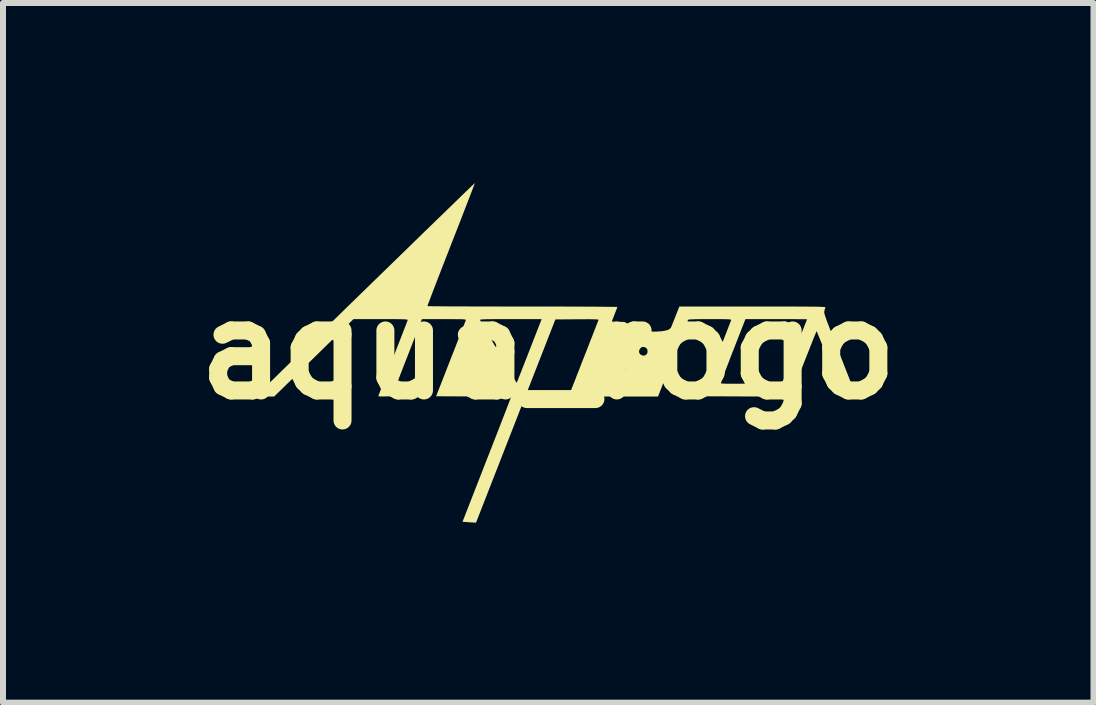
<source format=kicad_pcb>
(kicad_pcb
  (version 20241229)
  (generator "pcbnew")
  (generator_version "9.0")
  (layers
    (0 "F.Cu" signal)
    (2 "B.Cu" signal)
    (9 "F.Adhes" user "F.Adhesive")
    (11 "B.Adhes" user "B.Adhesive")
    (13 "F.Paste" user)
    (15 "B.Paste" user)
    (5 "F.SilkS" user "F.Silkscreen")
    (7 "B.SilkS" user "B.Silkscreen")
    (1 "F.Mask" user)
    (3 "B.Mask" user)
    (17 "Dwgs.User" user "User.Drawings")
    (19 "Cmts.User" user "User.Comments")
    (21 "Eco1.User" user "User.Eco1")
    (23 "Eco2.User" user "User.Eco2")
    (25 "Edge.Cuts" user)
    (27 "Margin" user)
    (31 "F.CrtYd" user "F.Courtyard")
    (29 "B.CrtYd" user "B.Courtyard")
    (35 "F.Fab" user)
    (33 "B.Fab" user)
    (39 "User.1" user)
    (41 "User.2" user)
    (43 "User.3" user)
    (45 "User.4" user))
  (footprint "aqua_rogo"
    (layer "F.Cu")
    (at 6.086 2.778)
    (property "Reference" "aqua_rogo" (at 0 0 0) (layer "F.SilkS") (effects (font (size 1.5 1.5) (thickness 0.3))))
    (attr board_only exclude_from_pos_files exclude_from_bom)
    (fp_poly (pts (xy -1.227 -2.768) (xy -1.237 -2.741) (xy -1.253 -2.698) (xy -1.275 -2.64) (xy -1.303 -2.567) (xy -1.336 -2.483) (xy -1.373 -2.386) (xy -1.414 -2.28) (xy -1.459 -2.164) (xy -1.507 -2.041) (xy -1.558 -1.911) (xy -1.611 -1.776) (xy -1.619 -1.755) (xy -1.672 -1.618) (xy -1.723 -1.487) (xy -1.772 -1.363) (xy -1.817 -1.246) (xy -1.859 -1.137) (xy -1.897 -1.039) (xy -1.93 -0.952) (xy -1.958 -0.878) (xy -1.981 -0.817) (xy -1.999 -0.771) (xy -2.009 -0.741) (xy -2.014 -0.728) (xy -2.014 -0.728) (xy -2.003 -0.727) (xy -1.974 -0.726) (xy -1.927 -0.725) (xy -1.863 -0.725) (xy -1.783 -0.724) (xy -1.689 -0.723) (xy -1.581 -0.723) (xy -1.461 -0.722) (xy -1.329 -0.722) (xy -1.187 -0.721) (xy -1.035 -0.721) (xy -0.876 -0.721) (xy -0.709 -0.72) (xy -0.536 -0.72) (xy -0.43 -0.72) (xy -0.253 -0.72) (xy -0.083 -0.72) (xy 0.081 -0.72) (xy 0.238 -0.72) (xy 0.385 -0.719) (xy 0.523 -0.719) (xy 0.65 -0.718) (xy 0.766 -0.718) (xy 0.868 -0.717) (xy 0.956 -0.716) (xy 1.029 -0.715) (xy 1.086 -0.715) (xy 1.126 -0.714) (xy 1.147 -0.713) (xy 1.15 -0.712) (xy 1.147 -0.7) (xy 1.137 -0.674) (xy 1.123 -0.637) (xy 1.106 -0.593) (xy 1.105 -0.592) (xy 1.088 -0.548) (xy 1.074 -0.511) (xy 1.064 -0.485) (xy 1.06 -0.473) (xy 1.06 -0.473) (xy 1.07 -0.47) (xy 1.095 -0.467) (xy 1.132 -0.465) (xy 1.163 -0.465) (xy 1.265 -0.464) (xy 1.391 -0.403) (xy 1.479 -0.362) (xy 1.557 -0.333) (xy 1.63 -0.314) (xy 1.703 -0.304) (xy 1.783 -0.302) (xy 1.811 -0.303) (xy 1.89 -0.309) (xy 1.951 -0.319) (xy 1.981 -0.327) (xy 2.036 -0.347) (xy 2.11 -0.533) (xy 2.184 -0.72) (xy 3.404 -0.72) (xy 3.586 -0.72) (xy 3.749 -0.72) (xy 3.893 -0.72) (xy 4.021 -0.72) (xy 4.133 -0.72) (xy 4.231 -0.719) (xy 4.314 -0.719) (xy 4.385 -0.718) (xy 4.444 -0.718) (xy 4.492 -0.717) (xy 4.531 -0.716) (xy 4.561 -0.715) (xy 4.583 -0.713) (xy 4.599 -0.712) (xy 4.609 -0.71) (xy 4.615 -0.708) (xy 4.617 -0.706) (xy 4.617 -0.703) (xy 4.617 -0.703) (xy 4.61 -0.682) (xy 4.602 -0.652) (xy 4.6 -0.645) (xy 4.599 -0.637) (xy 4.598 -0.628) (xy 4.599 -0.616) (xy 4.602 -0.601) (xy 4.607 -0.581) (xy 4.616 -0.554) (xy 4.628 -0.52) (xy 4.643 -0.476) (xy 4.664 -0.423) (xy 4.689 -0.357) (xy 4.719 -0.279) (xy 4.755 -0.186) (xy 4.797 -0.077) (xy 4.847 0.048) (xy 4.857 0.075) (xy 4.901 0.186) (xy 4.942 0.292) (xy 4.981 0.391) (xy 5.017 0.482) (xy 5.048 0.563) (xy 5.076 0.632) (xy 5.098 0.689) (xy 5.115 0.732) (xy 5.125 0.759) (xy 5.129 0.768) (xy 5.127 0.774) (xy 5.115 0.777) (xy 5.089 0.779) (xy 5.047 0.779) (xy 5.017 0.778) (xy 4.9 0.775) (xy 4.688 0.233) (xy 4.65 0.134) (xy 4.613 0.041) (xy 4.58 -0.044) (xy 4.549 -0.121) (xy 4.523 -0.187) (xy 4.501 -0.24) (xy 4.485 -0.279) (xy 4.475 -0.303) (xy 4.471 -0.31) (xy 4.467 -0.301) (xy 4.456 -0.275) (xy 4.439 -0.234) (xy 4.416 -0.178) (xy 4.39 -0.111) (xy 4.359 -0.034) (xy 4.325 0.053) (xy 4.288 0.146) (xy 4.257 0.224) (xy 4.219 0.322) (xy 4.183 0.415) (xy 4.149 0.501) (xy 4.119 0.578) (xy 4.093 0.644) (xy 4.071 0.698) (xy 4.055 0.738) (xy 4.045 0.762) (xy 4.042 0.769) (xy 4.034 0.772) (xy 4.013 0.774) (xy 3.977 0.775) (xy 3.927 0.776) (xy 3.861 0.777) (xy 3.779 0.778) (xy 3.679 0.778) (xy 3.562 0.778) (xy 3.426 0.778) (xy 3.294 0.778) (xy 2.553 0.775) (xy 2.64 0.554) (xy 2.874 0.554) (xy 2.876 0.557) (xy 2.882 0.56) (xy 2.893 0.562) (xy 2.912 0.564) (xy 2.94 0.565) (xy 2.978 0.566) (xy 3.028 0.566) (xy 3.091 0.566) (xy 3.17 0.566) (xy 3.266 0.565) (xy 3.38 0.564) (xy 3.383 0.564) (xy 3.896 0.561) (xy 3.915 0.508) (xy 3.926 0.479) (xy 3.943 0.434) (xy 3.967 0.373) (xy 3.996 0.299) (xy 4.029 0.213) (xy 4.066 0.118) (xy 4.107 0.015) (xy 4.15 -0.095) (xy 4.195 -0.21) (xy 4.211 -0.25) (xy 4.237 -0.317) (xy 4.261 -0.377) (xy 4.281 -0.429) (xy 4.297 -0.47) (xy 4.308 -0.497) (xy 4.312 -0.507) (xy 4.312 -0.508) (xy 4.302 -0.508) (xy 4.274 -0.509) (xy 4.23 -0.509) (xy 4.172 -0.509) (xy 4.101 -0.51) (xy 4.019 -0.51) (xy 3.928 -0.51) (xy 3.831 -0.51) (xy 3.798 -0.51) (xy 3.285 -0.51) (xy 3.082 0.01) (xy 3.044 0.107) (xy 3.009 0.199) (xy 2.976 0.284) (xy 2.946 0.361) (xy 2.921 0.426) (xy 2.9 0.48) (xy 2.885 0.519) (xy 2.876 0.543) (xy 2.874 0.549) (xy 2.874 0.554) (xy 2.64 0.554) (xy 2.797 0.15) (xy 2.839 0.043) (xy 2.878 -0.058) (xy 2.915 -0.153) (xy 2.949 -0.239) (xy 2.978 -0.315) (xy 3.003 -0.38) (xy 3.023 -0.431) (xy 3.038 -0.468) (xy 3.046 -0.489) (xy 3.047 -0.493) (xy 3.047 -0.497) (xy 3.044 -0.501) (xy 3.036 -0.504) (xy 3.02 -0.506) (xy 2.995 -0.508) (xy 2.959 -0.509) (xy 2.91 -0.51) (xy 2.846 -0.51) (xy 2.765 -0.51) (xy 2.693 -0.51) (xy 2.594 -0.51) (xy 2.513 -0.51) (xy 2.449 -0.509) (xy 2.4 -0.507) (xy 2.366 -0.505) (xy 2.343 -0.503) (xy 2.331 -0.5) (xy 2.328 -0.498) (xy 2.322 -0.481) (xy 2.309 -0.449) (xy 2.29 -0.401) (xy 2.267 -0.341) (xy 2.239 -0.27) (xy 2.208 -0.191) (xy 2.174 -0.105) (xy 2.139 -0.014) (xy 2.102 0.08) (xy 2.065 0.174) (xy 2.029 0.267) (xy 1.994 0.357) (xy 1.961 0.441) (xy 1.931 0.519) (xy 1.904 0.587) (xy 1.882 0.644) (xy 1.864 0.688) (xy 1.853 0.717) (xy 1.849 0.728) (xy 1.829 0.78) (xy 1.084 0.78) (xy 0.939 0.78) (xy 0.813 0.78) (xy 0.705 0.78) (xy 0.613 0.779) (xy 0.537 0.778) (xy 0.475 0.778) (xy 0.427 0.776) (xy 0.391 0.775) (xy 0.365 0.773) (xy 0.35 0.771) (xy 0.343 0.769) (xy 0.343 0.768) (xy 0.347 0.757) (xy 0.358 0.73) (xy 0.375 0.687) (xy 0.396 0.632) (xy 0.422 0.565) (xy 0.452 0.49) (xy 0.484 0.406) (xy 0.513 0.334) (xy 1.22 0.334) (xy 1.225 0.359) (xy 1.24 0.368) (xy 1.26 0.368) (xy 1.279 0.362) (xy 1.287 0.344) (xy 1.289 0.334) (xy 1.288 0.31) (xy 1.276 0.299) (xy 1.272 0.298) (xy 1.245 0.299) (xy 1.226 0.314) (xy 1.22 0.334) (xy 0.513 0.334) (xy 0.519 0.318) (xy 0.555 0.225) (xy 0.592 0.131) (xy 0.628 0.039) (xy 1.511 0.039) (xy 1.526 0.069) (xy 1.537 0.079) (xy 1.572 0.097) (xy 1.607 0.096) (xy 1.632 0.081) (xy 1.65 0.057) (xy 1.655 0.026) (xy 1.648 -0.01) (xy 1.628 -0.034) (xy 1.594 -0.046) (xy 1.568 -0.047) (xy 1.547 -0.036) (xy 1.536 -0.027) (xy 1.515 0.006) (xy 1.511 0.039) (xy 0.628 0.039) (xy 0.629 0.037) (xy 0.665 -0.055) (xy 0.696 -0.136) (xy 1.11 -0.136) (xy 1.118 -0.108) (xy 1.14 -0.094) (xy 1.165 -0.092) (xy 1.185 -0.096) (xy 1.193 -0.106) (xy 1.195 -0.128) (xy 1.195 -0.135) (xy 1.194 -0.161) (xy 1.187 -0.173) (xy 1.17 -0.178) (xy 1.167 -0.178) (xy 1.136 -0.175) (xy 1.116 -0.158) (xy 1.11 -0.136) (xy 0.696 -0.136) (xy 0.699 -0.144) (xy 0.732 -0.226) (xy 0.761 -0.302) (xy 0.787 -0.367) (xy 0.808 -0.422) (xy 0.824 -0.463) (xy 0.834 -0.489) (xy 0.838 -0.498) (xy 0.835 -0.501) (xy 0.824 -0.504) (xy 0.803 -0.506) (xy 0.77 -0.507) (xy 0.723 -0.508) (xy 0.661 -0.509) (xy 0.582 -0.508) (xy 0.485 -0.508) (xy 0.48 -0.508) (xy 0.118 -0.505) (xy -0.543 1.188) (xy -1.204 2.881) (xy -1.24 2.879) (xy -1.268 2.878) (xy -1.307 2.875) (xy -1.35 2.872) (xy -1.352 2.872) (xy -1.429 2.866) (xy -1.025 1.831) (xy -0.971 1.693) (xy -0.919 1.561) (xy -0.87 1.435) (xy -0.824 1.317) (xy -0.782 1.208) (xy -0.743 1.108) (xy -0.709 1.02) (xy -0.68 0.944) (xy -0.656 0.882) (xy -0.638 0.835) (xy -0.626 0.803) (xy -0.62 0.789) (xy -0.62 0.788) (xy -0.63 0.787) (xy -0.658 0.785) (xy -0.703 0.784) (xy -0.762 0.783) (xy -0.835 0.781) (xy -0.919 0.78) (xy -1.014 0.779) (xy -1.116 0.779) (xy -1.225 0.778) (xy -1.245 0.778) (xy -1.869 0.775) (xy -1.625 0.15) (xy -1.583 0.043) (xy -1.543 -0.058) (xy -1.507 -0.153) (xy -1.473 -0.239) (xy -1.443 -0.315) (xy -1.418 -0.38) (xy -1.398 -0.431) (xy -1.384 -0.468) (xy -1.376 -0.489) (xy -1.375 -0.493) (xy -1.375 -0.496) (xy -1.137 -0.496) (xy -1.136 -0.493) (xy -1.13 -0.481) (xy -1.114 -0.454) (xy -1.091 -0.413) (xy -1.06 -0.359) (xy -1.023 -0.295) (xy -0.98 -0.221) (xy -0.933 -0.14) (xy -0.882 -0.053) (xy -0.849 0.005) (xy -0.784 0.115) (xy -0.729 0.21) (xy -0.682 0.29) (xy -0.643 0.356) (xy -0.611 0.41) (xy -0.586 0.453) (xy -0.566 0.486) (xy -0.552 0.511) (xy -0.541 0.528) (xy -0.534 0.54) (xy -0.53 0.546) (xy -0.527 0.549) (xy -0.526 0.549) (xy -0.525 0.548) (xy -0.525 0.548) (xy -0.521 0.539) (xy -0.51 0.512) (xy -0.494 0.47) (xy -0.472 0.415) (xy -0.446 0.349) (xy -0.416 0.272) (xy -0.383 0.188) (xy -0.347 0.096) (xy -0.335 0.065) (xy -0.298 -0.03) (xy -0.263 -0.12) (xy -0.23 -0.204) (xy -0.201 -0.279) (xy -0.175 -0.345) (xy -0.154 -0.398) (xy -0.139 -0.437) (xy -0.13 -0.46) (xy -0.129 -0.463) (xy -0.11 -0.51) (xy -0.626 -0.51) (xy -0.741 -0.51) (xy -0.838 -0.51) (xy -0.918 -0.51) (xy -0.982 -0.509) (xy -1.033 -0.509) (xy -1.071 -0.507) (xy -1.099 -0.506) (xy -1.118 -0.504) (xy -1.129 -0.502) (xy -1.135 -0.499) (xy -1.137 -0.496) (xy -1.375 -0.496) (xy -1.374 -0.497) (xy -1.377 -0.501) (xy -1.386 -0.504) (xy -1.402 -0.506) (xy -1.426 -0.508) (xy -1.462 -0.509) (xy -1.511 -0.509) (xy -1.574 -0.51) (xy -1.654 -0.51) (xy -1.738 -0.51) (xy -2.106 -0.51) (xy -2.356 0.133) (xy -2.606 0.775) (xy -2.719 0.778) (xy -2.77 0.779) (xy -2.808 0.777) (xy -2.828 0.774) (xy -2.831 0.771) (xy -2.828 0.76) (xy -2.817 0.732) (xy -2.801 0.689) (xy -2.779 0.632) (xy -2.752 0.562) (xy -2.721 0.482) (xy -2.687 0.392) (xy -2.649 0.294) (xy -2.608 0.191) (xy -2.59 0.143) (xy -2.548 0.037) (xy -2.509 -0.064) (xy -2.472 -0.158) (xy -2.439 -0.243) (xy -2.41 -0.319) (xy -2.385 -0.383) (xy -2.365 -0.434) (xy -2.352 -0.47) (xy -2.344 -0.49) (xy -2.343 -0.493) (xy -2.343 -0.497) (xy -2.346 -0.5) (xy -2.354 -0.503) (xy -2.369 -0.505) (xy -2.391 -0.507) (xy -2.424 -0.508) (xy -2.469 -0.509) (xy -2.526 -0.51) (xy -2.599 -0.51) (xy -2.688 -0.51) (xy -2.793 -0.51) (xy -3.247 -0.51) (xy -3.907 0.135) (xy -4.567 0.779) (xy -4.722 0.78) (xy -4.877 0.78) (xy -4.767 0.671) (xy -4.73 0.635) (xy -4.681 0.587) (xy -4.621 0.528) (xy -4.55 0.459) (xy -4.47 0.38) (xy -4.381 0.293) (xy -4.284 0.198) (xy -4.179 0.095) (xy -4.067 -0.013) (xy -3.95 -0.128) (xy -3.827 -0.248) (xy -3.7 -0.372) (xy -3.569 -0.499) (xy -3.435 -0.63) (xy -3.299 -0.763) (xy -3.161 -0.897) (xy -3.022 -1.032) (xy -2.884 -1.167) (xy -2.746 -1.301) (xy -2.609 -1.434) (xy -2.475 -1.565) (xy -2.344 -1.692) (xy -2.216 -1.817) (xy -2.093 -1.937) (xy -1.974 -2.052) (xy -1.862 -2.161) (xy -1.756 -2.263) (xy -1.658 -2.359) (xy -1.568 -2.446) (xy -1.487 -2.525) (xy -1.415 -2.595) (xy -1.353 -2.654) (xy -1.303 -2.703) (xy -1.264 -2.74) (xy -1.238 -2.765) (xy -1.225 -2.777) (xy -1.224 -2.778)) (stroke (width 0) (type solid)) (fill yes) (layer "F.SilkS")))
  (gr_rect
    (start -3 -3)
    (end 15.171 8.659)
    (stroke (width 0.1) (type default))
    (fill no)
    (layer "Edge.Cuts")))
</source>
